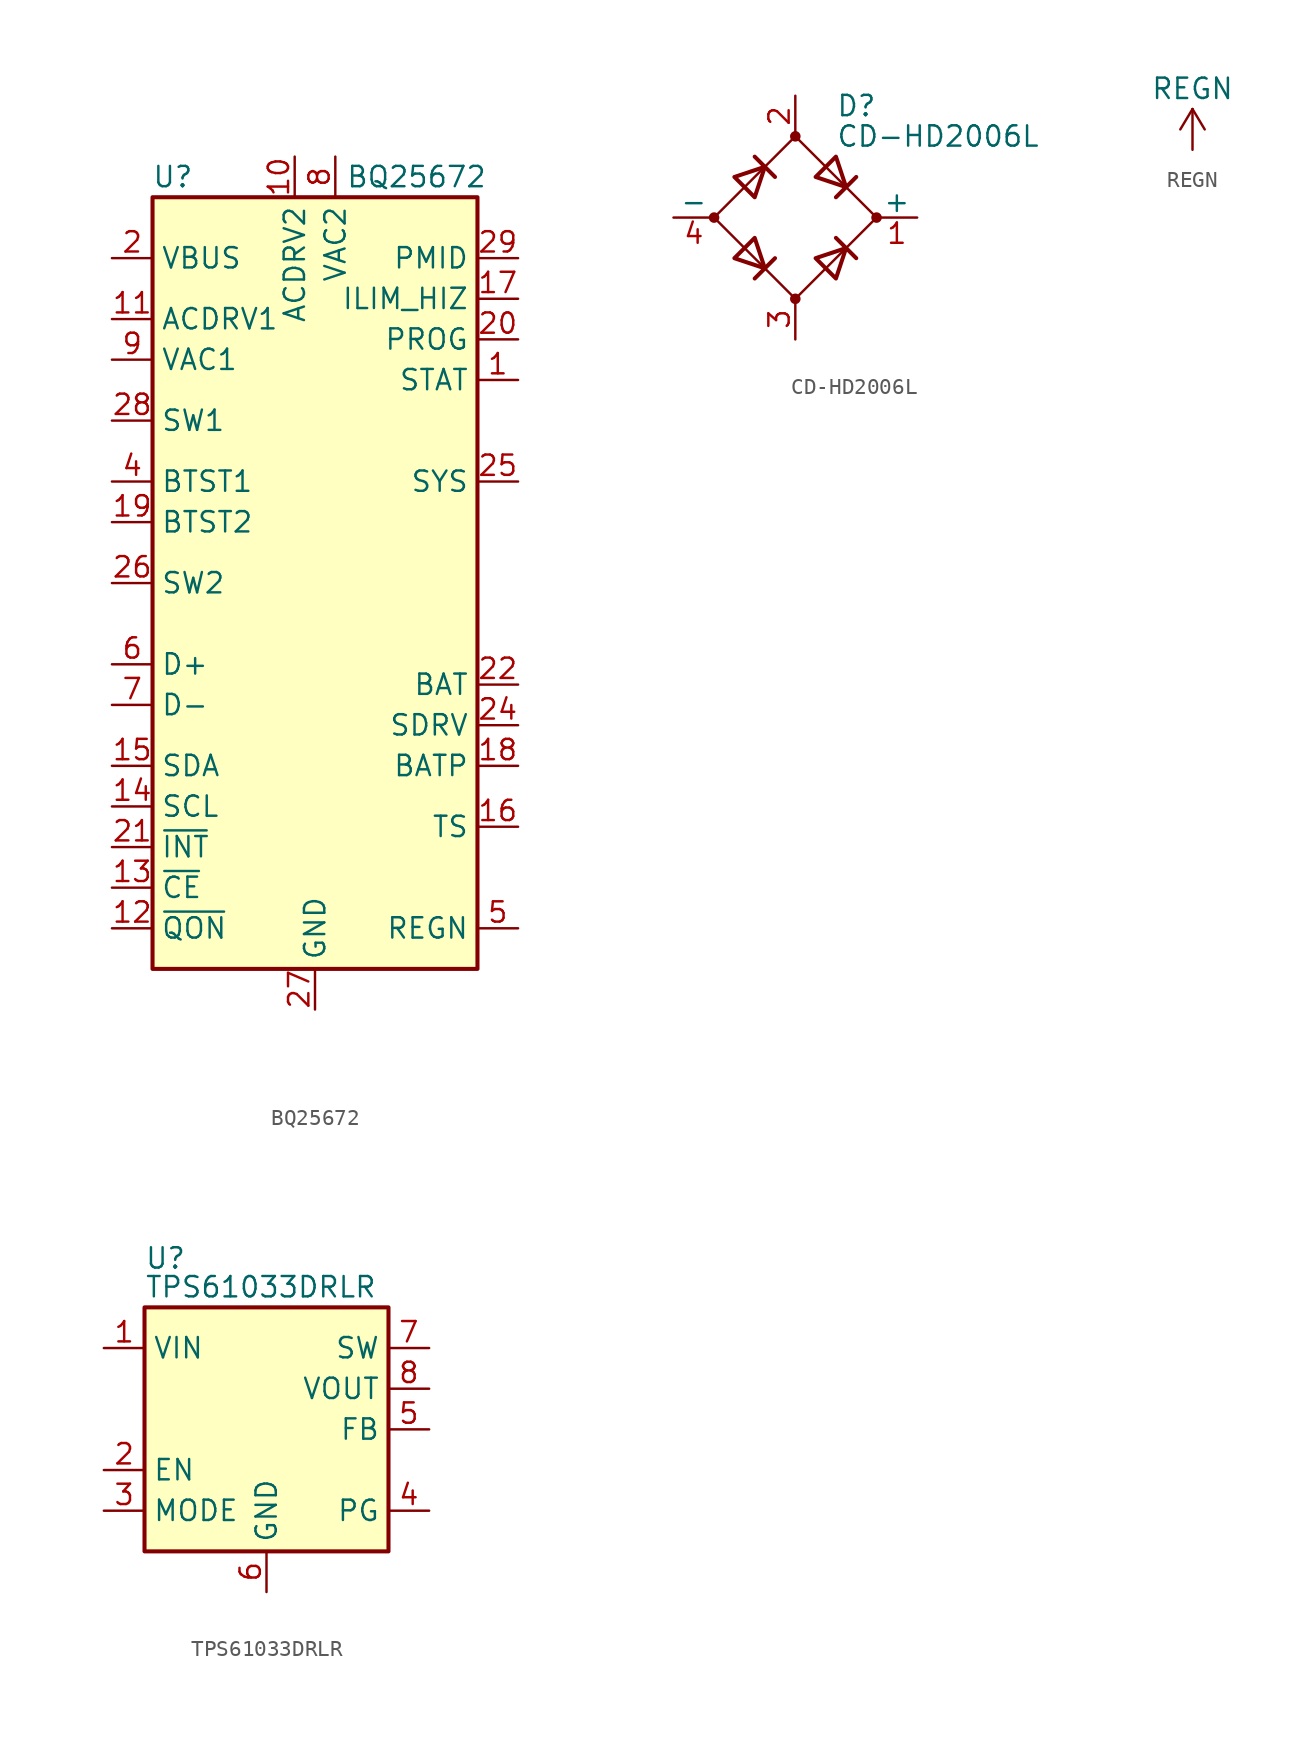
<source format=kicad_sym>
(kicad_symbol_lib
  (version 20220914)
  (generator kicad_symbol_editor)
  (symbol "BQ25672"
    (property "Reference" "U"
      (at -8.89 26.67 0)
      (effects (font (size 1.27 1.27))))
    (property "Value" "BQ25672"
      (at 6.35 26.67 0)
      (effects (font (size 1.27 1.27))))
    (symbol "BQ25672_0_1"
      (rectangle (start -10.16 25.4) (end 10.16 -22.86) (stroke (width 0.254) (type default)) (fill (type background))))
    (symbol "BQ25672_1_1"
      (pin open_collector line (at 12.7 13.97 180) (length 2.54) (name "STAT" (effects (font (size 1.27 1.27)))) (number "1" (effects (font (size 1.27 1.27)))))
      (pin output line (at -1.27 27.94 270) (length 2.54) (name "ACDRV2" (effects (font (size 1.27 1.27)))) (number "10" (effects (font (size 1.27 1.27)))))
      (pin output line (at -12.7 17.78 0) (length 2.54) (name "ACDRV1" (effects (font (size 1.27 1.27)))) (number "11" (effects (font (size 1.27 1.27)))))
      (pin input line (at -12.7 -20.32 0) (length 2.54) (name "~{QON}" (effects (font (size 1.27 1.27)))) (number "12" (effects (font (size 1.27 1.27)))))
      (pin input line (at -12.7 -17.78 0) (length 2.54) (name "~{CE}" (effects (font (size 1.27 1.27)))) (number "13" (effects (font (size 1.27 1.27)))))
      (pin input line (at -12.7 -12.7 0) (length 2.54) (name "SCL" (effects (font (size 1.27 1.27)))) (number "14" (effects (font (size 1.27 1.27)))))
      (pin bidirectional line (at -12.7 -10.16 0) (length 2.54) (name "SDA" (effects (font (size 1.27 1.27)))) (number "15" (effects (font (size 1.27 1.27)))))
      (pin passive line (at 12.7 -13.97 180) (length 2.54) (name "TS" (effects (font (size 1.27 1.27)))) (number "16" (effects (font (size 1.27 1.27)))))
      (pin input line (at 12.7 19.05 180) (length 2.54) (name "ILIM_HIZ" (effects (font (size 1.27 1.27)))) (number "17" (effects (font (size 1.27 1.27)))))
      (pin power_in line (at 12.7 -10.16 180) (length 2.54) (name "BATP" (effects (font (size 1.27 1.27)))) (number "18" (effects (font (size 1.27 1.27)))))
      (pin passive line (at -12.7 5.08 0) (length 2.54) (name "BTST2" (effects (font (size 1.27 1.27)))) (number "19" (effects (font (size 1.27 1.27)))))
      (pin power_in line (at -12.7 21.59 0) (length 2.54) (name "VBUS" (effects (font (size 1.27 1.27)))) (number "2" (effects (font (size 1.27 1.27)))))
      (pin passive line (at 12.7 16.51 180) (length 2.54) (name "PROG" (effects (font (size 1.27 1.27)))) (number "20" (effects (font (size 1.27 1.27)))))
      (pin open_collector line (at -12.7 -15.24 0) (length 2.54) (name "~{INT}" (effects (font (size 1.27 1.27)))) (number "21" (effects (font (size 1.27 1.27)))))
      (pin power_in line (at 12.7 -5.08 180) (length 2.54) (name "BAT" (effects (font (size 1.27 1.27)))) (number "22" (effects (font (size 1.27 1.27)))))
      (pin passive line (at 12.7 -5.08 180) (length 2.54) hide (name "BAT" (effects (font (size 1.27 1.27)))) (number "23" (effects (font (size 1.27 1.27)))))
      (pin output line (at 12.7 -7.62 180) (length 2.54) (name "SDRV" (effects (font (size 1.27 1.27)))) (number "24" (effects (font (size 1.27 1.27)))))
      (pin passive line (at 12.7 7.62 180) (length 2.54) (name "SYS" (effects (font (size 1.27 1.27)))) (number "25" (effects (font (size 1.27 1.27)))))
      (pin passive line (at -12.7 1.27 0) (length 2.54) (name "SW2" (effects (font (size 1.27 1.27)))) (number "26" (effects (font (size 1.27 1.27)))))
      (pin power_in line (at 0 -25.4 90) (length 2.54) (name "GND" (effects (font (size 1.27 1.27)))) (number "27" (effects (font (size 1.27 1.27)))))
      (pin passive line (at -12.7 11.43 0) (length 2.54) (name "SW1" (effects (font (size 1.27 1.27)))) (number "28" (effects (font (size 1.27 1.27)))))
      (pin passive line (at 12.7 21.59 180) (length 2.54) (name "PMID" (effects (font (size 1.27 1.27)))) (number "29" (effects (font (size 1.27 1.27)))))
      (pin power_in line (at -12.7 21.59 0) (length 2.54) hide (name "VBUS" (effects (font (size 1.27 1.27)))) (number "3" (effects (font (size 1.27 1.27)))))
      (pin passive line (at -12.7 7.62 0) (length 2.54) (name "BTST1" (effects (font (size 1.27 1.27)))) (number "4" (effects (font (size 1.27 1.27)))))
      (pin passive line (at 12.7 -20.32 180) (length 2.54) (name "REGN" (effects (font (size 1.27 1.27)))) (number "5" (effects (font (size 1.27 1.27)))))
      (pin bidirectional line (at -12.7 -3.81 0) (length 2.54) (name "D+" (effects (font (size 1.27 1.27)))) (number "6" (effects (font (size 1.27 1.27)))))
      (pin bidirectional line (at -12.7 -6.35 0) (length 2.54) (name "D-" (effects (font (size 1.27 1.27)))) (number "7" (effects (font (size 1.27 1.27)))))
      (pin input line (at 1.27 27.94 270) (length 2.54) (name "VAC2" (effects (font (size 1.27 1.27)))) (number "8" (effects (font (size 1.27 1.27)))))
      (pin input line (at -12.7 15.24 0) (length 2.54) (name "VAC1" (effects (font (size 1.27 1.27)))) (number "9" (effects (font (size 1.27 1.27)))))))
  (symbol "CD-HD2006L"
    (pin_names
      (offset 0))
    (property "Reference" "D"
      (at 2.54 6.985 0)
      (effects (font (size 1.27 1.27)) (justify left)))
    (property "Value" "CD-HD2006L"
      (at 2.54 5.08 0)
      (effects (font (size 1.27 1.27)) (justify left)))
    (symbol "CD-HD2006L_0_1"
      (circle (center -5.08 0) (radius 0.254) (stroke (width 0) (type default)) (fill (type outline)))
      (circle (center 0 -5.08) (radius 0.254) (stroke (width 0) (type default)) (fill (type outline)))
      (polyline (pts (xy -2.54 3.81) (xy -1.27 2.54)) (stroke (width 0.254) (type default)) (fill (type none)))
      (polyline (pts (xy -1.27 -2.54) (xy -2.54 -3.81)) (stroke (width 0.254) (type default)) (fill (type none)))
      (polyline (pts (xy 2.54 -1.27) (xy 3.81 -2.54)) (stroke (width 0.254) (type default)) (fill (type none)))
      (polyline (pts (xy 2.54 1.27) (xy 3.81 2.54)) (stroke (width 0.254) (type default)) (fill (type none)))
      (polyline (pts (xy -3.81 2.54) (xy -2.54 1.27) (xy -1.905 3.175) (xy -3.81 2.54)) (stroke (width 0.254) (type default)) (fill (type none)))
      (polyline (pts (xy -2.54 -1.27) (xy -3.81 -2.54) (xy -1.905 -3.175) (xy -2.54 -1.27)) (stroke (width 0.254) (type default)) (fill (type none)))
      (polyline (pts (xy 1.27 2.54) (xy 2.54 3.81) (xy 3.175 1.905) (xy 1.27 2.54)) (stroke (width 0.254) (type default)) (fill (type none)))
      (polyline (pts (xy 3.175 -1.905) (xy 1.27 -2.54) (xy 2.54 -3.81) (xy 3.175 -1.905)) (stroke (width 0.254) (type default)) (fill (type none)))
      (polyline (pts (xy -5.08 0) (xy 0 -5.08) (xy 5.08 0) (xy 0 5.08) (xy -5.08 0)) (stroke (width 0) (type default)) (fill (type none)))
      (circle (center 0 5.08) (radius 0.254) (stroke (width 0) (type default)) (fill (type outline)))
      (circle (center 5.08 0) (radius 0.254) (stroke (width 0) (type default)) (fill (type outline))))
    (symbol "CD-HD2006L_1_1"
      (pin passive line (at 7.62 0 180) (length 2.54) (name "+" (effects (font (size 1.27 1.27)))) (number "1" (effects (font (size 1.27 1.27)))))
      (pin passive line (at 0 7.62 270) (length 2.54) (name "~" (effects (font (size 1.27 1.27)))) (number "2" (effects (font (size 1.27 1.27)))))
      (pin passive line (at 0 -7.62 90) (length 2.54) (name "~" (effects (font (size 1.27 1.27)))) (number "3" (effects (font (size 1.27 1.27)))))
      (pin passive line (at -7.62 0 0) (length 2.54) (name "-" (effects (font (size 1.27 1.27)))) (number "4" (effects (font (size 1.27 1.27)))))))
  (symbol "REGN"
    (power)
    (pin_names
      (offset 0))
    (property "Reference" "#PWR"
      (at 0 -3.81 0)
      (effects (font (size 1.27 1.27)) hide))
    (property "Value" "REGN"
      (at 0 3.81 0)
      (effects (font (size 1.27 1.27))))
    (symbol "REGN_0_1"
      (polyline (pts (xy -0.762 1.27) (xy 0 2.54)) (stroke (width 0) (type default)) (fill (type none)))
      (polyline (pts (xy 0 0) (xy 0 2.54)) (stroke (width 0) (type default)) (fill (type none)))
      (polyline (pts (xy 0 2.54) (xy 0.762 1.27)) (stroke (width 0) (type default)) (fill (type none))))
    (symbol "REGN_1_1"
      (pin power_in line (at 0 0 90) (length 0) hide (name "REGN" (effects (font (size 1.27 1.27)))) (number "1" (effects (font (size 1.27 1.27)))))))
  (symbol "TPS61033DRLR"
    (property "Reference" "U"
      (at -7.62 11.43 0)
      (effects (font (size 1.27 1.27)) (justify left top)))
    (property "Value" "TPS61033DRLR"
      (at -7.62 8.89 0)
      (effects (font (size 1.27 1.27)) (justify left)))
    (symbol "TPS61033DRLR_0_1"
      (rectangle (start -7.62 7.62) (end 7.62 -7.62) (stroke (width 0.254) (type default)) (fill (type background))))
    (symbol "TPS61033DRLR_1_1"
      (pin power_in line (at -10.16 5.08 0) (length 2.54) (name "VIN" (effects (font (size 1.27 1.27)))) (number "1" (effects (font (size 1.27 1.27)))))
      (pin input line (at -10.16 -2.54 0) (length 2.54) (name "EN" (effects (font (size 1.27 1.27)))) (number "2" (effects (font (size 1.27 1.27)))))
      (pin input line (at -10.16 -5.08 0) (length 2.54) (name "MODE" (effects (font (size 1.27 1.27)))) (number "3" (effects (font (size 1.27 1.27)))))
      (pin output line (at 10.16 -5.08 180) (length 2.54) (name "PG" (effects (font (size 1.27 1.27)))) (number "4" (effects (font (size 1.27 1.27)))))
      (pin input line (at 10.16 0 180) (length 2.54) (name "FB" (effects (font (size 1.27 1.27)))) (number "5" (effects (font (size 1.27 1.27)))))
      (pin power_in line (at 0 -10.16 90) (length 2.54) (name "GND" (effects (font (size 1.27 1.27)))) (number "6" (effects (font (size 1.27 1.27)))))
      (pin power_out line (at 10.16 5.08 180) (length 2.54) (name "SW" (effects (font (size 1.27 1.27)))) (number "7" (effects (font (size 1.27 1.27)))))
      (pin power_out line (at 10.16 2.54 180) (length 2.54) (name "VOUT" (effects (font (size 1.27 1.27)))) (number "8" (effects (font (size 1.27 1.27))))))))
</source>
